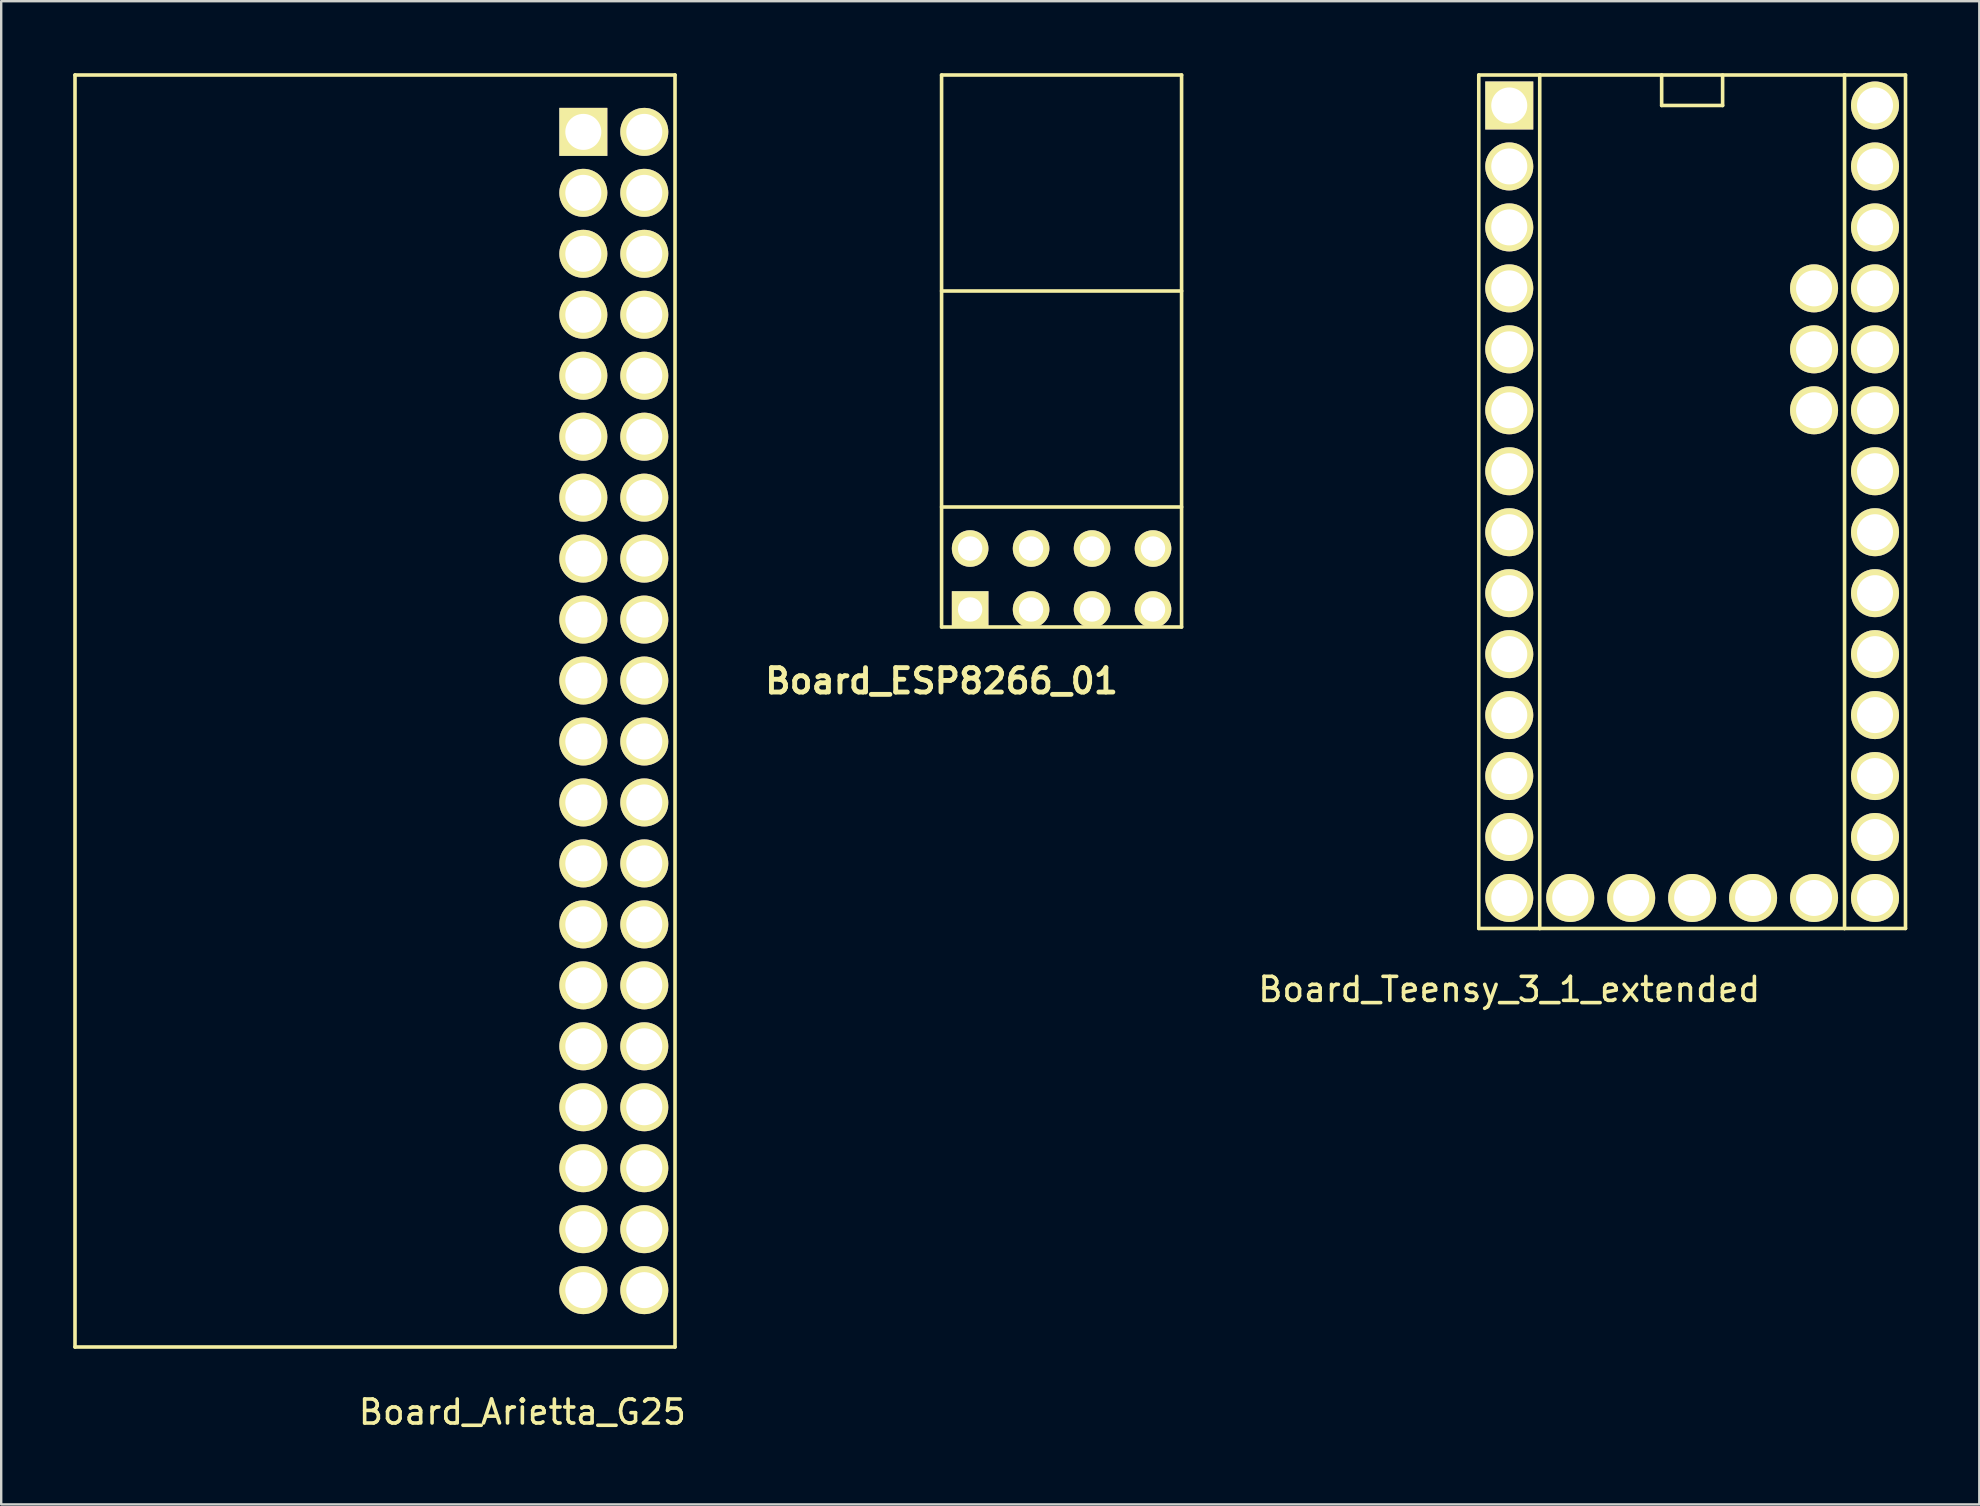
<source format=kicad_pcb>
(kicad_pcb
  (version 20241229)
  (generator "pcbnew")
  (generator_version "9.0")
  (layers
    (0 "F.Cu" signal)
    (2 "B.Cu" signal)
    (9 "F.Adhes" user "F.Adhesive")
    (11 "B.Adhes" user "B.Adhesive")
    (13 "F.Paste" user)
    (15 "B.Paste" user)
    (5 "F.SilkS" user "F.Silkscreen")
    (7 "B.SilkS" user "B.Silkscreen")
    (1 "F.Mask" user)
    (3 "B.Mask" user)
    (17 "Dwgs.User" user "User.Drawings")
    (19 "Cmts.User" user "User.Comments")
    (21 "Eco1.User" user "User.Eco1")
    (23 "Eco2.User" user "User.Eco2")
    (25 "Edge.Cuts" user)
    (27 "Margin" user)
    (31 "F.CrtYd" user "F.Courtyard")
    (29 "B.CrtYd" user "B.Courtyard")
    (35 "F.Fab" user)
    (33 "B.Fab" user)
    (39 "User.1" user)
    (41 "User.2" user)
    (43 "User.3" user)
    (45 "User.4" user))
  (footprint "Board_ESP8266_01"
    (layer "F.Cu")
    (at 41.182 21.075)
    (property "Reference" "Board_ESP8266_01" (at -5 4.25 0) (layer "F.SilkS") (effects (font (size 1.016 1.016) (thickness 0.203))))
    (attr through_hole)
    (fp_line (start -5 -21) (end -5 2) (stroke (width 0.15) (type solid)) (layer "F.SilkS"))
    (fp_line (start -5 -12) (end 5 -12) (stroke (width 0.15) (type solid)) (layer "F.SilkS"))
    (fp_line (start -5 -3) (end 5 -3) (stroke (width 0.15) (type solid)) (layer "F.SilkS"))
    (fp_line (start -5 2) (end 5 2) (stroke (width 0.15) (type solid)) (layer "F.SilkS"))
    (fp_line (start 5 -21) (end -5 -21) (stroke (width 0.15) (type solid)) (layer "F.SilkS"))
    (fp_line (start 5 2) (end 5 -21) (stroke (width 0.15) (type solid)) (layer "F.SilkS"))
    (pad "1" thru_hole rect (at -3.81 1.27) (size 1.524 1.524) (drill 1.016) (layers "*.Cu" "*.Mask" "F.SilkS"))
    (pad "2" thru_hole circle (at -3.81 -1.27) (size 1.524 1.524) (drill 1.016) (layers "*.Cu" "*.Mask" "F.SilkS"))
    (pad "3" thru_hole circle (at -1.27 1.27) (size 1.524 1.524) (drill 1.016) (layers "*.Cu" "*.Mask" "F.SilkS"))
    (pad "4" thru_hole circle (at -1.27 -1.27) (size 1.524 1.524) (drill 1.016) (layers "*.Cu" "*.Mask" "F.SilkS"))
    (pad "5" thru_hole circle (at 1.27 1.27) (size 1.524 1.524) (drill 1.016) (layers "*.Cu" "*.Mask" "F.SilkS"))
    (pad "6" thru_hole circle (at 1.27 -1.27) (size 1.524 1.524) (drill 1.016) (layers "*.Cu" "*.Mask" "F.SilkS"))
    (pad "7" thru_hole circle (at 3.81 1.27) (size 1.524 1.524) (drill 1.016) (layers "*.Cu" "*.Mask" "F.SilkS"))
    (pad "8" thru_hole circle (at 3.81 -1.27) (size 1.524 1.524) (drill 1.016) (layers "*.Cu" "*.Mask" "F.SilkS")))
  (footprint "Board_Arietta_G25"
    (layer "F.Cu")
    (at 11.095 25.305)
    (property "Reference" "Board_Arietta_G25" (at 7.62 30.48 0) (layer "F.SilkS") (effects (font (size 1 1) (thickness 0.15))))
    (attr through_hole)
    (fp_line (start -11.02 -25.23) (end -11.02 27.77) (stroke (width 0.15) (type solid)) (layer "F.SilkS"))
    (fp_line (start -11.02 27.77) (end 13.98 27.77) (stroke (width 0.15) (type solid)) (layer "F.SilkS"))
    (fp_line (start 13.98 -25.23) (end -11.02 -25.23) (stroke (width 0.15) (type solid)) (layer "F.SilkS"))
    (fp_line (start 13.98 -25.23) (end 13.98 27.77) (stroke (width 0.15) (type solid)) (layer "F.SilkS"))
    (pad "1" thru_hole rect (at 10.16 -22.86) (size 2 2) (drill 1.5) (layers "*.Cu" "*.Mask" "F.SilkS"))
    (pad "2" thru_hole circle (at 12.7 -22.86) (size 2 2) (drill 1.5) (layers "*.Cu" "*.Mask" "F.SilkS"))
    (pad "3" thru_hole circle (at 10.16 -20.32) (size 2 2) (drill 1.5) (layers "*.Cu" "*.Mask" "F.SilkS"))
    (pad "4" thru_hole circle (at 12.7 -20.32) (size 2 2) (drill 1.5) (layers "*.Cu" "*.Mask" "F.SilkS"))
    (pad "5" thru_hole circle (at 10.16 -17.78) (size 2 2) (drill 1.5) (layers "*.Cu" "*.Mask" "F.SilkS"))
    (pad "6" thru_hole circle (at 12.7 -17.78) (size 2 2) (drill 1.5) (layers "*.Cu" "*.Mask" "F.SilkS"))
    (pad "7" thru_hole circle (at 10.16 -15.24) (size 2 2) (drill 1.5) (layers "*.Cu" "*.Mask" "F.SilkS"))
    (pad "8" thru_hole circle (at 12.7 -15.24) (size 2 2) (drill 1.5) (layers "*.Cu" "*.Mask" "F.SilkS"))
    (pad "9" thru_hole circle (at 10.16 -12.7) (size 2 2) (drill 1.5) (layers "*.Cu" "*.Mask" "F.SilkS"))
    (pad "10" thru_hole circle (at 12.7 -12.7) (size 2 2) (drill 1.5) (layers "*.Cu" "*.Mask" "F.SilkS"))
    (pad "11" thru_hole circle (at 10.16 -10.16) (size 2 2) (drill 1.5) (layers "*.Cu" "*.Mask" "F.SilkS"))
    (pad "12" thru_hole circle (at 12.7 -10.16) (size 2 2) (drill 1.5) (layers "*.Cu" "*.Mask" "F.SilkS"))
    (pad "13" thru_hole circle (at 10.16 -7.62) (size 2 2) (drill 1.5) (layers "*.Cu" "*.Mask" "F.SilkS"))
    (pad "14" thru_hole circle (at 12.7 -7.62) (size 2 2) (drill 1.5) (layers "*.Cu" "*.Mask" "F.SilkS"))
    (pad "15" thru_hole circle (at 10.16 -5.08) (size 2 2) (drill 1.5) (layers "*.Cu" "*.Mask" "F.SilkS"))
    (pad "16" thru_hole circle (at 12.7 -5.08) (size 2 2) (drill 1.5) (layers "*.Cu" "*.Mask" "F.SilkS"))
    (pad "17" thru_hole circle (at 10.16 -2.54) (size 2 2) (drill 1.5) (layers "*.Cu" "*.Mask" "F.SilkS"))
    (pad "18" thru_hole circle (at 12.7 -2.54) (size 2 2) (drill 1.5) (layers "*.Cu" "*.Mask" "F.SilkS"))
    (pad "19" thru_hole circle (at 10.16 0) (size 2 2) (drill 1.5) (layers "*.Cu" "*.Mask" "F.SilkS"))
    (pad "20" thru_hole circle (at 12.7 0) (size 2 2) (drill 1.5) (layers "*.Cu" "*.Mask" "F.SilkS"))
    (pad "21" thru_hole circle (at 10.16 2.54) (size 2 2) (drill 1.5) (layers "*.Cu" "*.Mask" "F.SilkS"))
    (pad "22" thru_hole circle (at 12.7 2.54) (size 2 2) (drill 1.5) (layers "*.Cu" "*.Mask" "F.SilkS"))
    (pad "23" thru_hole circle (at 10.16 5.08) (size 2 2) (drill 1.5) (layers "*.Cu" "*.Mask" "F.SilkS"))
    (pad "24" thru_hole circle (at 12.7 5.08) (size 2 2) (drill 1.5) (layers "*.Cu" "*.Mask" "F.SilkS"))
    (pad "25" thru_hole circle (at 10.16 7.62) (size 2 2) (drill 1.5) (layers "*.Cu" "*.Mask" "F.SilkS"))
    (pad "26" thru_hole circle (at 12.7 7.62) (size 2 2) (drill 1.5) (layers "*.Cu" "*.Mask" "F.SilkS"))
    (pad "27" thru_hole circle (at 10.16 10.16) (size 2 2) (drill 1.5) (layers "*.Cu" "*.Mask" "F.SilkS"))
    (pad "28" thru_hole circle (at 12.7 10.16) (size 2 2) (drill 1.5) (layers "*.Cu" "*.Mask" "F.SilkS"))
    (pad "29" thru_hole circle (at 10.16 12.7) (size 2 2) (drill 1.5) (layers "*.Cu" "*.Mask" "F.SilkS"))
    (pad "30" thru_hole circle (at 12.7 12.7) (size 2 2) (drill 1.5) (layers "*.Cu" "*.Mask" "F.SilkS"))
    (pad "31" thru_hole circle (at 10.16 15.24) (size 2 2) (drill 1.5) (layers "*.Cu" "*.Mask" "F.SilkS"))
    (pad "32" thru_hole circle (at 12.7 15.24) (size 2 2) (drill 1.5) (layers "*.Cu" "*.Mask" "F.SilkS"))
    (pad "33" thru_hole circle (at 10.16 17.78) (size 2 2) (drill 1.5) (layers "*.Cu" "*.Mask" "F.SilkS"))
    (pad "34" thru_hole circle (at 12.7 17.78) (size 2 2) (drill 1.5) (layers "*.Cu" "*.Mask" "F.SilkS"))
    (pad "35" thru_hole circle (at 10.16 20.32) (size 2 2) (drill 1.5) (layers "*.Cu" "*.Mask" "F.SilkS"))
    (pad "36" thru_hole circle (at 12.7 20.32) (size 2 2) (drill 1.5) (layers "*.Cu" "*.Mask" "F.SilkS"))
    (pad "37" thru_hole circle (at 10.16 22.86) (size 2 2) (drill 1.5) (layers "*.Cu" "*.Mask" "F.SilkS"))
    (pad "38" thru_hole circle (at 12.7 22.86) (size 2 2) (drill 1.5) (layers "*.Cu" "*.Mask" "F.SilkS"))
    (pad "39" thru_hole circle (at 10.16 25.4) (size 2 2) (drill 1.5) (layers "*.Cu" "*.Mask" "F.SilkS"))
    (pad "40" thru_hole circle (at 12.7 25.4) (size 2 2) (drill 1.5) (layers "*.Cu" "*.Mask" "F.SilkS")))
  (footprint "Board_Teensy_3_1_extended"
    (layer "F.Cu")
    (at 67.455 19.125)
    (property "Reference" "Board_Teensy_3_1_extended" (at -7.62 19.05 0) (layer "F.SilkS") (effects (font (size 1 1) (thickness 0.15))))
    (attr through_hole)
    (fp_line (start -8.89 -19.05) (end -8.89 16.51) (stroke (width 0.15) (type solid)) (layer "F.SilkS"))
    (fp_line (start -8.89 16.51) (end -6.35 16.51) (stroke (width 0.15) (type solid)) (layer "F.SilkS"))
    (fp_line (start -6.35 -19.05) (end -8.89 -19.05) (stroke (width 0.15) (type solid)) (layer "F.SilkS"))
    (fp_line (start -6.35 -19.05) (end 6.35 -19.05) (stroke (width 0.15) (type solid)) (layer "F.SilkS"))
    (fp_line (start -6.35 16.51) (end -6.35 -19.05) (stroke (width 0.15) (type solid)) (layer "F.SilkS"))
    (fp_line (start -6.35 16.51) (end 6.35 16.51) (stroke (width 0.15) (type solid)) (layer "F.SilkS"))
    (fp_line (start -1.27 -19.05) (end -1.27 -17.78) (stroke (width 0.15) (type solid)) (layer "F.SilkS"))
    (fp_line (start -1.27 -17.78) (end 1.27 -17.78) (stroke (width 0.15) (type solid)) (layer "F.SilkS"))
    (fp_line (start 1.27 -17.78) (end 1.27 -19.05) (stroke (width 0.15) (type solid)) (layer "F.SilkS"))
    (fp_line (start 6.35 -19.05) (end 6.35 16.51) (stroke (width 0.15) (type solid)) (layer "F.SilkS"))
    (fp_line (start 6.35 16.51) (end 8.89 16.51) (stroke (width 0.15) (type solid)) (layer "F.SilkS"))
    (fp_line (start 8.89 -19.05) (end 6.35 -19.05) (stroke (width 0.15) (type solid)) (layer "F.SilkS"))
    (fp_line (start 8.89 16.51) (end 8.89 -19.05) (stroke (width 0.15) (type solid)) (layer "F.SilkS"))
    (pad "1" thru_hole rect (at -7.62 -17.78) (size 2 2) (drill 1.5) (layers "*.Cu" "*.Mask" "F.SilkS"))
    (pad "2" thru_hole circle (at -7.62 -15.24) (size 2 2) (drill 1.5) (layers "*.Cu" "*.Mask" "F.SilkS"))
    (pad "3" thru_hole circle (at -7.62 -12.7) (size 2 2) (drill 1.5) (layers "*.Cu" "*.Mask" "F.SilkS"))
    (pad "4" thru_hole circle (at -7.62 -10.16) (size 2 2) (drill 1.5) (layers "*.Cu" "*.Mask" "F.SilkS"))
    (pad "5" thru_hole circle (at -7.62 -7.62) (size 2 2) (drill 1.5) (layers "*.Cu" "*.Mask" "F.SilkS"))
    (pad "6" thru_hole circle (at -7.62 -5.08) (size 2 2) (drill 1.5) (layers "*.Cu" "*.Mask" "F.SilkS"))
    (pad "7" thru_hole circle (at -7.62 -2.54) (size 2 2) (drill 1.5) (layers "*.Cu" "*.Mask" "F.SilkS"))
    (pad "8" thru_hole circle (at -7.62 0) (size 2 2) (drill 1.5) (layers "*.Cu" "*.Mask" "F.SilkS"))
    (pad "9" thru_hole circle (at -7.62 2.54) (size 2 2) (drill 1.5) (layers "*.Cu" "*.Mask" "F.SilkS"))
    (pad "10" thru_hole circle (at -7.62 5.08) (size 2 2) (drill 1.5) (layers "*.Cu" "*.Mask" "F.SilkS"))
    (pad "11" thru_hole circle (at -7.62 7.62) (size 2 2) (drill 1.5) (layers "*.Cu" "*.Mask" "F.SilkS"))
    (pad "12" thru_hole circle (at -7.62 10.16) (size 2 2) (drill 1.5) (layers "*.Cu" "*.Mask" "F.SilkS"))
    (pad "13" thru_hole circle (at -7.62 12.7) (size 2 2) (drill 1.5) (layers "*.Cu" "*.Mask" "F.SilkS"))
    (pad "14" thru_hole circle (at -7.62 15.24) (size 2 2) (drill 1.5) (layers "*.Cu" "*.Mask" "F.SilkS"))
    (pad "15" thru_hole circle (at 7.62 15.24) (size 2 2) (drill 1.5) (layers "*.Cu" "*.Mask" "F.SilkS"))
    (pad "16" thru_hole circle (at 7.62 12.7) (size 2 2) (drill 1.5) (layers "*.Cu" "*.Mask" "F.SilkS"))
    (pad "17" thru_hole circle (at 7.62 10.16) (size 2 2) (drill 1.5) (layers "*.Cu" "*.Mask" "F.SilkS"))
    (pad "18" thru_hole circle (at 7.62 7.62) (size 2 2) (drill 1.5) (layers "*.Cu" "*.Mask" "F.SilkS"))
    (pad "19" thru_hole circle (at 7.62 5.08) (size 2 2) (drill 1.5) (layers "*.Cu" "*.Mask" "F.SilkS"))
    (pad "20" thru_hole circle (at 7.62 2.54) (size 2 2) (drill 1.5) (layers "*.Cu" "*.Mask" "F.SilkS"))
    (pad "21" thru_hole circle (at 7.62 0) (size 2 2) (drill 1.5) (layers "*.Cu" "*.Mask" "F.SilkS"))
    (pad "22" thru_hole circle (at 7.62 -2.54) (size 2 2) (drill 1.5) (layers "*.Cu" "*.Mask" "F.SilkS"))
    (pad "23" thru_hole circle (at 7.62 -5.08) (size 2 2) (drill 1.5) (layers "*.Cu" "*.Mask" "F.SilkS"))
    (pad "24" thru_hole circle (at 7.62 -7.62) (size 2 2) (drill 1.5) (layers "*.Cu" "*.Mask" "F.SilkS"))
    (pad "25" thru_hole circle (at 7.62 -10.16) (size 2 2) (drill 1.5) (layers "*.Cu" "*.Mask" "F.SilkS"))
    (pad "26" thru_hole circle (at 7.62 -12.7) (size 2 2) (drill 1.5) (layers "*.Cu" "*.Mask" "F.SilkS"))
    (pad "27" thru_hole circle (at 7.62 -15.24) (size 2 2) (drill 1.5) (layers "*.Cu" "*.Mask" "F.SilkS"))
    (pad "28" thru_hole circle (at 7.62 -17.78) (size 2 2) (drill 1.5) (layers "*.Cu" "*.Mask" "F.SilkS"))
    (pad "29" thru_hole circle (at 5.08 15.24) (size 2 2) (drill 1.5) (layers "*.Cu" "*.Mask" "F.SilkS"))
    (pad "30" thru_hole circle (at 2.54 15.24) (size 2 2) (drill 1.5) (layers "*.Cu" "*.Mask" "F.SilkS"))
    (pad "31" thru_hole circle (at 0 15.24) (size 2 2) (drill 1.5) (layers "*.Cu" "*.Mask" "F.SilkS"))
    (pad "32" thru_hole circle (at -2.54 15.24) (size 2 2) (drill 1.5) (layers "*.Cu" "*.Mask" "F.SilkS"))
    (pad "33" thru_hole circle (at -5.08 15.24) (size 2 2) (drill 1.5) (layers "*.Cu" "*.Mask" "F.SilkS"))
    (pad "34" thru_hole circle (at 5.08 -5.08) (size 2 2) (drill 1.5) (layers "*.Cu" "*.Mask" "F.SilkS"))
    (pad "35" thru_hole circle (at 5.08 -7.62) (size 2 2) (drill 1.5) (layers "*.Cu" "*.Mask" "F.SilkS"))
    (pad "36" thru_hole circle (at 5.08 -10.16) (size 2 2) (drill 1.5) (layers "*.Cu" "*.Mask" "F.SilkS")))
  (gr_rect
    (start -3 -3)
    (end 79.42 59.633)
    (stroke (width 0.1) (type default))
    (fill no)
    (layer "Edge.Cuts")))
</source>
